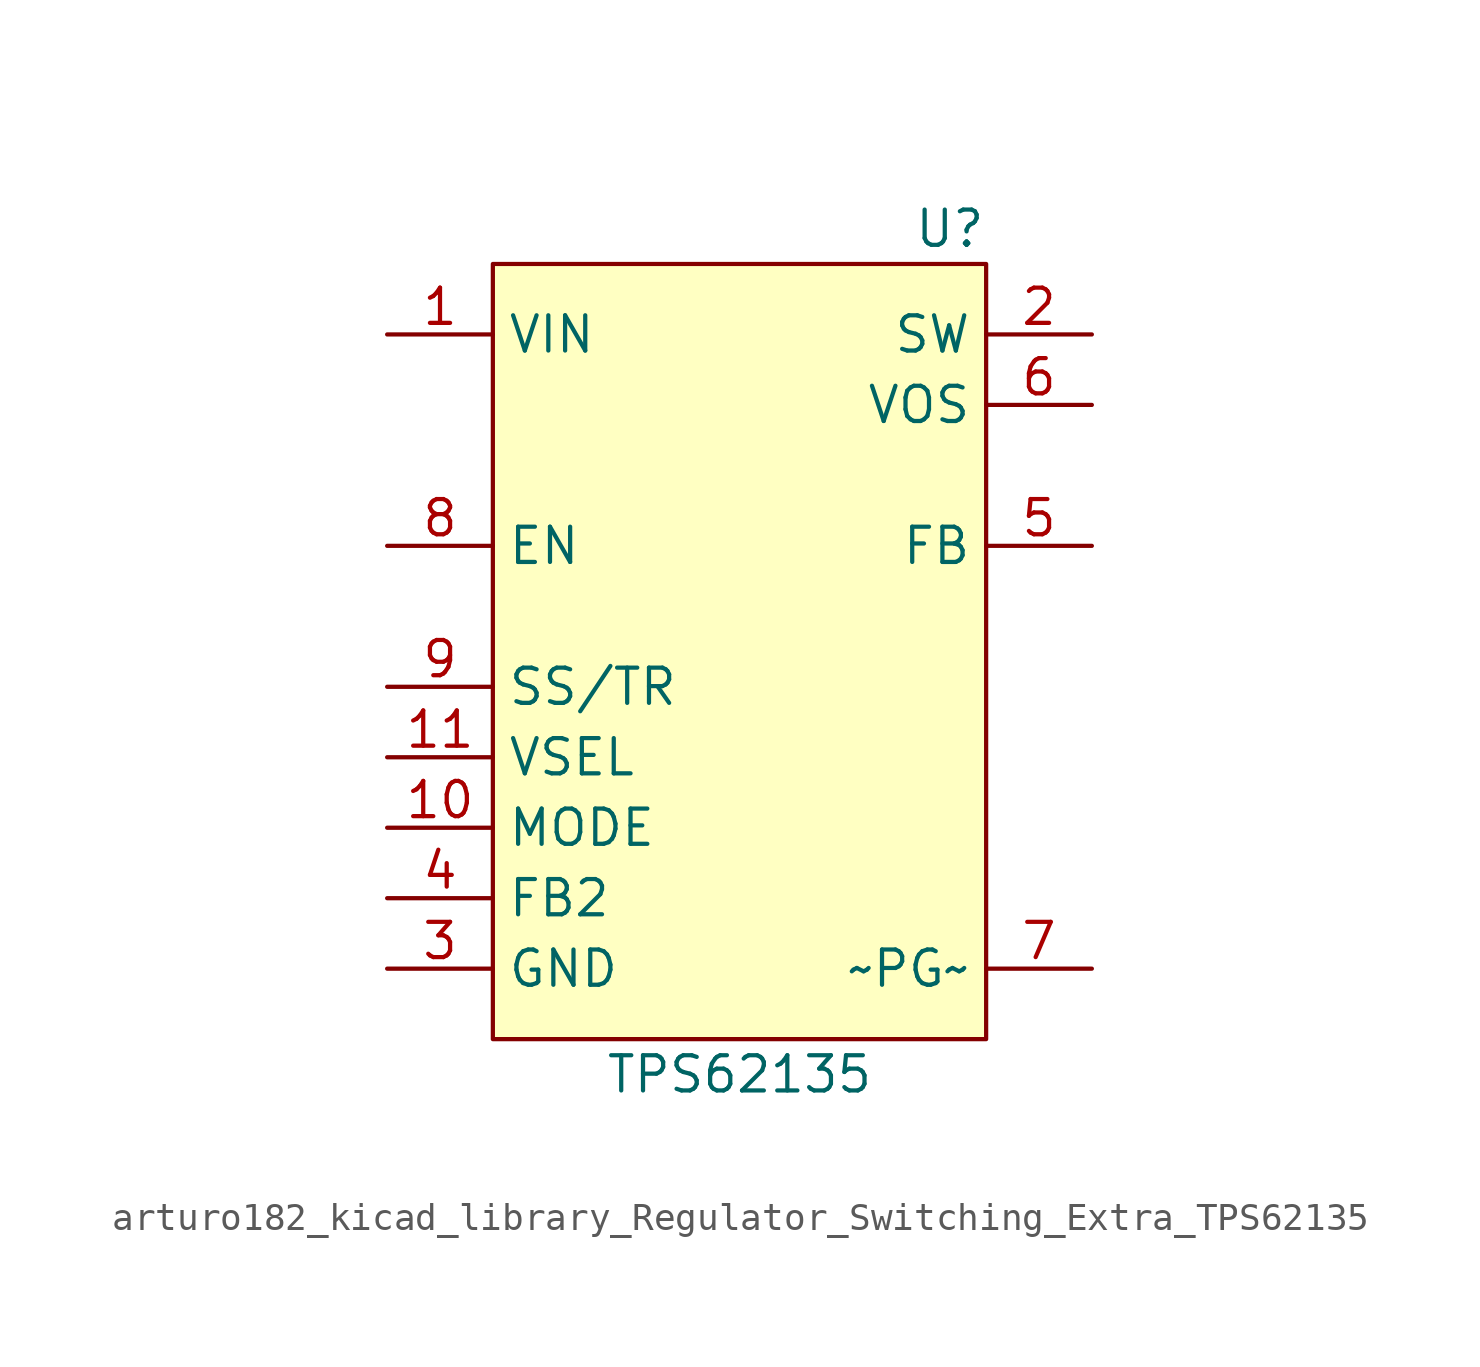
<source format=kicad_sym>
(kicad_symbol_lib
  (version 20220914)
  (generator kicad_symbol_editor)
  (symbol "Regulator_Switching_Extra:arturo182_kicad_library_Regulator_Switching_Extra_TPS62135"
    (property "Reference" "U"
      (at 8.89 13.97 0)
      (effects (font (size 1.27 1.27)) (justify right)))
    (property "Value" "TPS62135"
      (at 0 -16.51 0)
      (effects (font (size 1.27 1.27))))
    (symbol "arturo182_kicad_library_Regulator_Switching_Extra_TPS62135_0_1"
      (rectangle (start -8.89 12.7) (end 8.89 -15.24) (stroke (width 0)) (fill (type background))))
    (symbol "arturo182_kicad_library_Regulator_Switching_Extra_TPS62135_1_1"
      (pin power_in line (at -12.7 10.16 0) (length 3.81) (name "VIN" (effects (font (size 1.27 1.27)))) (number "1" (effects (font (size 1.27 1.27)))))
      (pin input line (at -12.7 -7.62 0) (length 3.81) (name "MODE" (effects (font (size 1.27 1.27)))) (number "10" (effects (font (size 1.27 1.27)))))
      (pin input line (at -12.7 -5.08 0) (length 3.81) (name "VSEL" (effects (font (size 1.27 1.27)))) (number "11" (effects (font (size 1.27 1.27)))))
      (pin power_out line (at 12.7 10.16 180) (length 3.81) (name "SW" (effects (font (size 1.27 1.27)))) (number "2" (effects (font (size 1.27 1.27)))))
      (pin power_in line (at -12.7 -12.7 0) (length 3.81) (name "GND" (effects (font (size 1.27 1.27)))) (number "3" (effects (font (size 1.27 1.27)))))
      (pin output line (at -12.7 -10.16 0) (length 3.81) (name "FB2" (effects (font (size 1.27 1.27)))) (number "4" (effects (font (size 1.27 1.27)))))
      (pin input line (at 12.7 2.54 180) (length 3.81) (name "FB" (effects (font (size 1.27 1.27)))) (number "5" (effects (font (size 1.27 1.27)))))
      (pin input line (at 12.7 7.62 180) (length 3.81) (name "VOS" (effects (font (size 1.27 1.27)))) (number "6" (effects (font (size 1.27 1.27)))))
      (pin output line (at 12.7 -12.7 180) (length 3.81) (name "~PG~" (effects (font (size 1.27 1.27)))) (number "7" (effects (font (size 1.27 1.27)))))
      (pin input line (at -12.7 2.54 0) (length 3.81) (name "EN" (effects (font (size 1.27 1.27)))) (number "8" (effects (font (size 1.27 1.27)))))
      (pin input line (at -12.7 -2.54 0) (length 3.81) (name "SS/TR" (effects (font (size 1.27 1.27)))) (number "9" (effects (font (size 1.27 1.27))))))))
</source>
